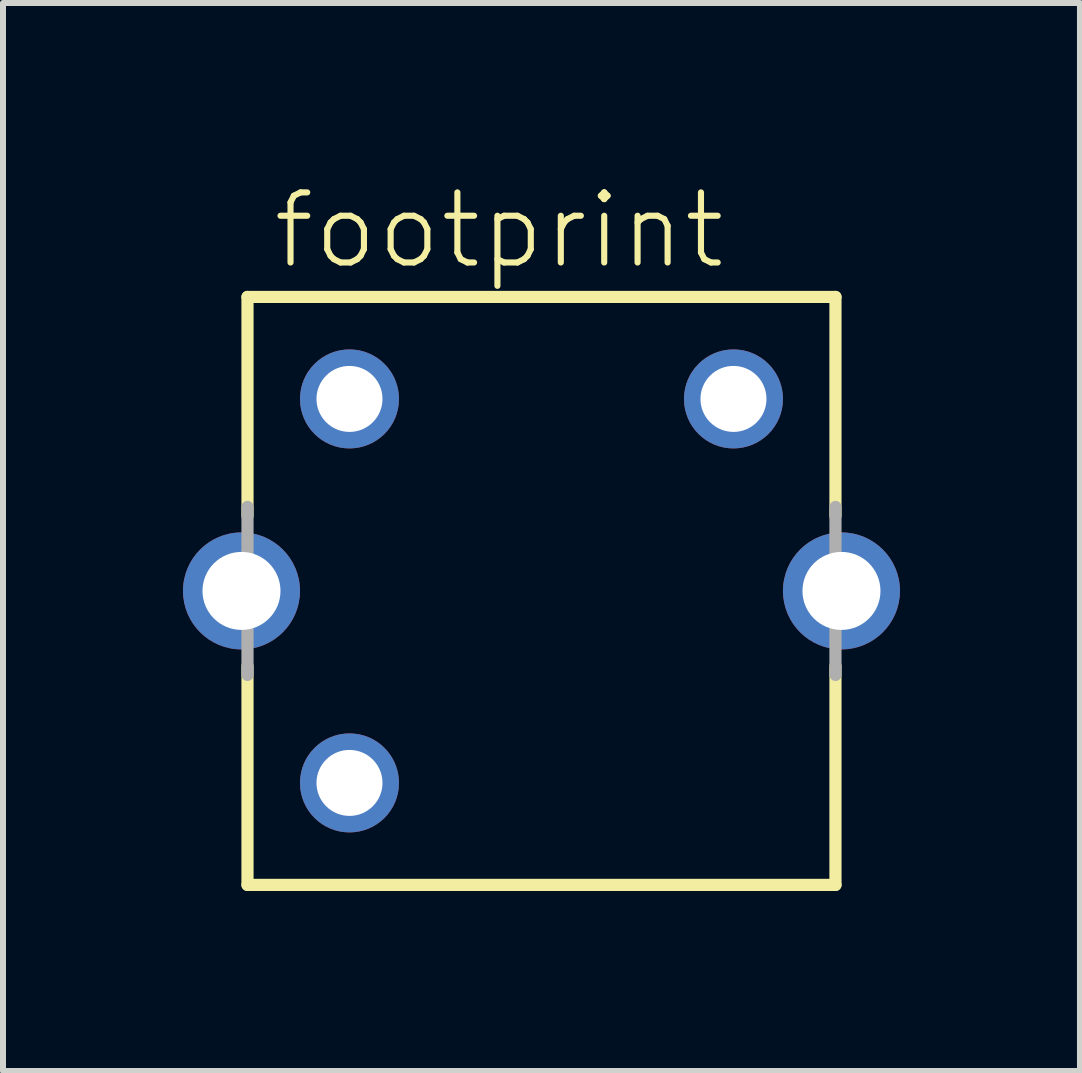
<source format=kicad_pcb>
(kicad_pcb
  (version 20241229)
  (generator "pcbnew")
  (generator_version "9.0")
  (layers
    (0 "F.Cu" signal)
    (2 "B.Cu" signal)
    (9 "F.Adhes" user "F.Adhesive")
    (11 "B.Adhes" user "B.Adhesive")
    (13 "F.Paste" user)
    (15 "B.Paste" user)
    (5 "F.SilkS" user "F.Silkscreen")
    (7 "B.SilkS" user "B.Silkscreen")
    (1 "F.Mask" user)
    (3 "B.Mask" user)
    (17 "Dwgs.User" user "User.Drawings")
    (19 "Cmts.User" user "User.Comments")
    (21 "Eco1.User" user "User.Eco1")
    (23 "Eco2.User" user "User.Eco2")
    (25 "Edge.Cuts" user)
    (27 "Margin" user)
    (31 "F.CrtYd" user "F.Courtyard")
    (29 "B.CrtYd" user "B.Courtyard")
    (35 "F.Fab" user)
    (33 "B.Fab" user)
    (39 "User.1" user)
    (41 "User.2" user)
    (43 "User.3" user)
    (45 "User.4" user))
  (footprint "footprint"
    (layer "F.Cu")
    (at 5.975 6.799)
    (property "Reference" "footprint" (at -4.528 -5.326 0) (layer "F.SilkS") (effects (font (size 1.168 1.168) (thickness 0.102)) (justify left bottom)))
    (fp_line (start -4.9 -4.9) (end 4.9 -4.9) (stroke (width 0.203) (type solid)) (layer "F.SilkS"))
    (fp_line (start -4.9 -1.25) (end -4.9 -4.9) (stroke (width 0.203) (type solid)) (layer "F.SilkS"))
    (fp_line (start -4.9 4.9) (end -4.9 1.25) (stroke (width 0.203) (type solid)) (layer "F.SilkS"))
    (fp_line (start 4.9 -4.9) (end 4.9 -1.25) (stroke (width 0.203) (type solid)) (layer "F.SilkS"))
    (fp_line (start 4.9 1.25) (end 4.9 4.9) (stroke (width 0.203) (type solid)) (layer "F.SilkS"))
    (fp_line (start 4.9 4.9) (end -4.9 4.9) (stroke (width 0.203) (type solid)) (layer "F.SilkS"))
    (fp_line (start -4.9 1.4) (end -4.9 -1.4) (stroke (width 0.203) (type solid)) (layer "F.Fab"))
    (fp_line (start 4.9 -1.4) (end 4.9 1.4) (stroke (width 0.203) (type solid)) (layer "F.Fab"))
    (pad "1" thru_hole circle (at -3.2 3.2) (size 1.65 1.65) (drill 1.1) (layers "*.Cu" "*.Mask"))
    (pad "2" thru_hole circle (at -3.2 -3.2) (size 1.65 1.65) (drill 1.1) (layers "*.Cu" "*.Mask"))
    (pad "4" thru_hole circle (at 3.2 -3.2) (size 1.65 1.65) (drill 1.1) (layers "*.Cu" "*.Mask"))
    (pad "S1" thru_hole circle (at -5 0) (size 1.95 1.95) (drill 1.3) (layers "*.Cu" "*.Mask"))
    (pad "S2" thru_hole circle (at 5 0) (size 1.95 1.95) (drill 1.3) (layers "*.Cu" "*.Mask")))
  (gr_rect
    (start -3 -3)
    (end 14.95 14.801)
    (stroke (width 0.1) (type default))
    (fill no)
    (layer "Edge.Cuts")))
</source>
